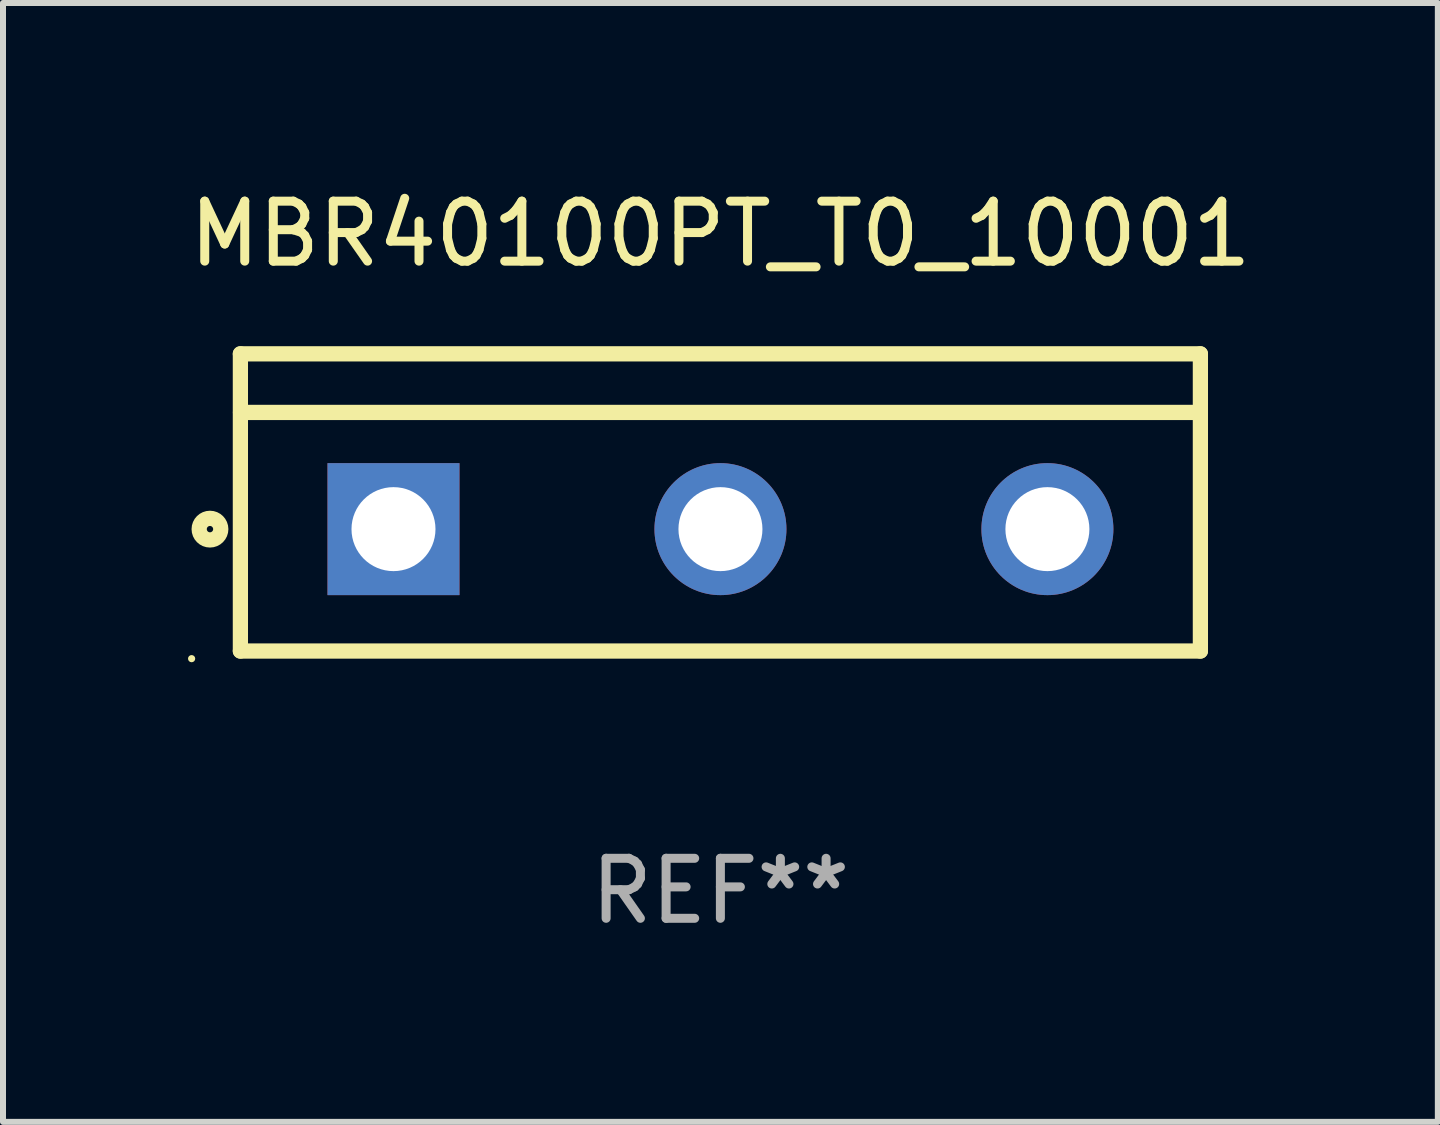
<source format=kicad_pcb>
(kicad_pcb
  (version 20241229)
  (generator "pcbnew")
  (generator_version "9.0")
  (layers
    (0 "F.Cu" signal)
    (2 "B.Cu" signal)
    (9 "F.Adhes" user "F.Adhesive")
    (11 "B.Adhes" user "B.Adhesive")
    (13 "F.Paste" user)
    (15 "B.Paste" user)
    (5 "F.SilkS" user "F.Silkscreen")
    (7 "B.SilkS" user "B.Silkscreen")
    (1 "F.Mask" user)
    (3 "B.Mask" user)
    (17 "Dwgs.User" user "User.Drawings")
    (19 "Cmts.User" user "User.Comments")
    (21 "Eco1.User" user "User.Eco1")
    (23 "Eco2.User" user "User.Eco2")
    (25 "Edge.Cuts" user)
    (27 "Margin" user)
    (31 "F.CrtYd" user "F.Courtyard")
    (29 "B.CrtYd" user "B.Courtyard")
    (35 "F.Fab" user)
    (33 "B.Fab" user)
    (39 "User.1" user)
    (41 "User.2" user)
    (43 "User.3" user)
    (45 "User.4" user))
  (footprint "MBR40100PT_T0_10001"
    (layer "F.Cu")
    (at 8.958 5.325)
    (property "Reference" "MBR40100PT_T0_10001" (at 0 -4.477 0) (layer "F.SilkS") (effects (font (size 1 1) (thickness 0.15))))
    (attr through_hole)
    (fp_line (start -8.001 -2.477) (end 8.001 -2.477) (stroke (width 0.254) (type solid)) (layer "F.SilkS"))
    (fp_line (start -8.001 2.477) (end -8.001 -2.477) (stroke (width 0.254) (type solid)) (layer "F.SilkS"))
    (fp_line (start -7.999 -1.5) (end 8.001 -1.5) (stroke (width 0.254) (type solid)) (layer "F.SilkS"))
    (fp_line (start 8.001 -2.477) (end 8.001 2.477) (stroke (width 0.254) (type solid)) (layer "F.SilkS"))
    (fp_line (start 8.001 2.477) (end -8.001 2.477) (stroke (width 0.254) (type solid)) (layer "F.SilkS"))
    (fp_circle (center -8.814 2.604) (end -8.784 2.604) (stroke (width 0.06) (type solid)) (fill no) (layer "F.SilkS"))
    (fp_circle (center -8.508 0.445) (end -8.328 0.445) (stroke (width 0.254) (type solid)) (fill no) (layer "F.SilkS"))
    (fp_text user "REF**" (at 0 6.477 0) (layer "F.Fab") (effects (font (size 1 1) (thickness 0.15))))
    (pad "1" thru_hole rect (at -5.449 0.445) (size 2.2 2.2) (drill 1.4) (layers "*.Cu" "*.Mask"))
    (pad "2" thru_hole circle (at 0.001 0.445) (size 2.2 2.2) (drill 1.4) (layers "*.Cu" "*.Mask"))
    (pad "3" thru_hole circle (at 5.451 0.445) (size 2.2 2.2) (drill 1.4) (layers "*.Cu" "*.Mask")))
  (gr_rect
    (start -3 -3)
    (end 20.917 15.65)
    (stroke (width 0.1) (type default))
    (fill no)
    (layer "Edge.Cuts")))
</source>
